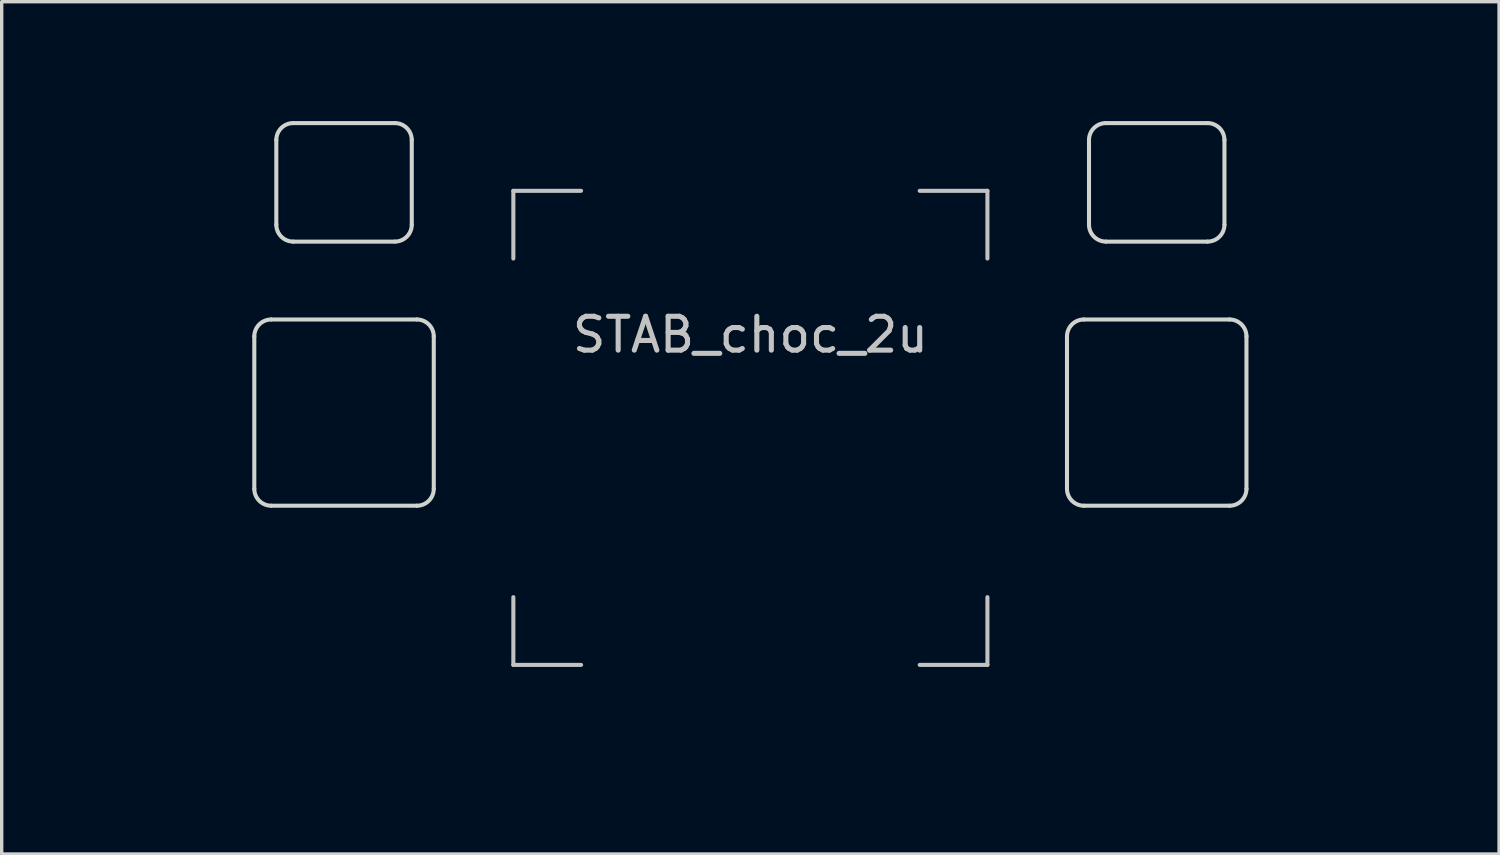
<source format=kicad_pcb>
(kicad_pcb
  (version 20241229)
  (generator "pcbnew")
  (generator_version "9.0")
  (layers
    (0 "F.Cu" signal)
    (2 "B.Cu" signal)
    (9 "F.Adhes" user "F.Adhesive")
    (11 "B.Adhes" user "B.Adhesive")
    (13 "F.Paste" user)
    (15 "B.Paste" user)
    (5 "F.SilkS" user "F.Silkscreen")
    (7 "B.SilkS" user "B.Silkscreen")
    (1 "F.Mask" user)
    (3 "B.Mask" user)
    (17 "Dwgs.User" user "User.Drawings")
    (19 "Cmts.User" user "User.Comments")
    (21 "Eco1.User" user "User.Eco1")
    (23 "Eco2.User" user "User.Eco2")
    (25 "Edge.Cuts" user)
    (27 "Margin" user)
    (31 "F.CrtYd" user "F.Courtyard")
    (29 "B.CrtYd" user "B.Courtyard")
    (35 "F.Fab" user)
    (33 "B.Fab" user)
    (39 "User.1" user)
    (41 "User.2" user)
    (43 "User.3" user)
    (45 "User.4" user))
  (footprint "STAB_choc_2u"
    (layer "F.Cu")
    (at 19.11 9.585)
    (property "Reference" "STAB_choc_2u" (at 0 -2.75 180) (layer "Dwgs.User") (effects (font (size 1 1) (thickness 0.15))))
    (attr exclude_from_pos_files exclude_from_bom)
    (fp_line (start -7 -7) (end -7 -5) (stroke (width 0.12) (type solid)) (layer "Dwgs.User"))
    (fp_line (start -7 -7) (end -5 -7) (stroke (width 0.12) (type solid)) (layer "Dwgs.User"))
    (fp_line (start -7 7) (end -7 5) (stroke (width 0.12) (type solid)) (layer "Dwgs.User"))
    (fp_line (start -7 7) (end -5 7) (stroke (width 0.12) (type solid)) (layer "Dwgs.User"))
    (fp_line (start 7 -7) (end 5 -7) (stroke (width 0.12) (type solid)) (layer "Dwgs.User"))
    (fp_line (start 7 -7) (end 7 -5) (stroke (width 0.12) (type solid)) (layer "Dwgs.User"))
    (fp_line (start 7 5) (end 7 7) (stroke (width 0.12) (type solid)) (layer "Dwgs.User"))
    (fp_line (start 7 7) (end 5 7) (stroke (width 0.12) (type solid)) (layer "Dwgs.User"))
    (fp_line (start -19.05 -9.525) (end -19.05 9.525) (stroke (width 0.12) (type solid)) (layer "Eco1.User"))
    (fp_line (start -19.05 9.525) (end 19.05 9.525) (stroke (width 0.12) (type solid)) (layer "Eco1.User"))
    (fp_line (start 19.05 -9.525) (end -19.05 -9.525) (stroke (width 0.12) (type solid)) (layer "Eco1.User"))
    (fp_line (start 19.05 9.525) (end 19.05 -9.525) (stroke (width 0.12) (type solid)) (layer "Eco1.User"))
    (fp_line (start -14.65 1.8) (end -14.65 -2.7) (stroke (width 0.12) (type solid)) (layer "Edge.Cuts"))
    (fp_line (start -14.15 -3.2) (end -9.85 -3.2) (stroke (width 0.12) (type solid)) (layer "Edge.Cuts"))
    (fp_line (start -14.15 2.3) (end -9.85 2.3) (stroke (width 0.12) (type solid)) (layer "Edge.Cuts"))
    (fp_line (start -14 -6) (end -14 -8.5) (stroke (width 0.12) (type solid)) (layer "Edge.Cuts"))
    (fp_line (start -13.5 -9) (end -10.5 -9) (stroke (width 0.12) (type solid)) (layer "Edge.Cuts"))
    (fp_line (start -13.5 -5.5) (end -10.5 -5.5) (stroke (width 0.12) (type solid)) (layer "Edge.Cuts"))
    (fp_line (start -10 -6) (end -10 -8.5) (stroke (width 0.12) (type solid)) (layer "Edge.Cuts"))
    (fp_line (start -9.35 1.8) (end -9.35 -2.7) (stroke (width 0.12) (type solid)) (layer "Edge.Cuts"))
    (fp_line (start 9.35 1.8) (end 9.35 -2.7) (stroke (width 0.12) (type solid)) (layer "Edge.Cuts"))
    (fp_line (start 10 -6) (end 10 -8.5) (stroke (width 0.12) (type solid)) (layer "Edge.Cuts"))
    (fp_line (start 13.5 -9) (end 10.5 -9) (stroke (width 0.12) (type solid)) (layer "Edge.Cuts"))
    (fp_line (start 13.5 -5.5) (end 10.5 -5.5) (stroke (width 0.12) (type solid)) (layer "Edge.Cuts"))
    (fp_line (start 14 -6) (end 14 -8.5) (stroke (width 0.12) (type solid)) (layer "Edge.Cuts"))
    (fp_line (start 14.15 -3.2) (end 9.85 -3.2) (stroke (width 0.12) (type solid)) (layer "Edge.Cuts"))
    (fp_line (start 14.15 2.3) (end 9.85 2.3) (stroke (width 0.12) (type solid)) (layer "Edge.Cuts"))
    (fp_line (start 14.65 1.8) (end 14.65 -2.7) (stroke (width 0.12) (type solid)) (layer "Edge.Cuts"))
    (fp_arc (start -14.65 -2.7) (mid -14.503553 -3.053553) (end -14.15 -3.2) (stroke (width 0.12) (type solid)) (layer "Edge.Cuts"))
    (fp_arc (start -14.15 2.3) (mid -14.503553 2.153553) (end -14.65 1.8) (stroke (width 0.12) (type solid)) (layer "Edge.Cuts"))
    (fp_arc (start -14 -8.5) (mid -13.853553 -8.853553) (end -13.5 -9) (stroke (width 0.12) (type solid)) (layer "Edge.Cuts"))
    (fp_arc (start -13.5 -5.5) (mid -13.853553 -5.646447) (end -14 -6) (stroke (width 0.12) (type solid)) (layer "Edge.Cuts"))
    (fp_arc (start -10.5 -9) (mid -10.146447 -8.853553) (end -10 -8.5) (stroke (width 0.12) (type solid)) (layer "Edge.Cuts"))
    (fp_arc (start -10 -6) (mid -10.146447 -5.646447) (end -10.5 -5.5) (stroke (width 0.12) (type solid)) (layer "Edge.Cuts"))
    (fp_arc (start -9.85 -3.2) (mid -9.496447 -3.053553) (end -9.35 -2.7) (stroke (width 0.12) (type solid)) (layer "Edge.Cuts"))
    (fp_arc (start -9.35 1.8) (mid -9.496447 2.153553) (end -9.85 2.3) (stroke (width 0.12) (type solid)) (layer "Edge.Cuts"))
    (fp_arc (start 9.35 -2.7) (mid 9.496447 -3.053553) (end 9.85 -3.2) (stroke (width 0.12) (type solid)) (layer "Edge.Cuts"))
    (fp_arc (start 9.85 2.3) (mid 9.496447 2.153553) (end 9.35 1.8) (stroke (width 0.12) (type solid)) (layer "Edge.Cuts"))
    (fp_arc (start 10 -8.5) (mid 10.146447 -8.853553) (end 10.5 -9) (stroke (width 0.12) (type solid)) (layer "Edge.Cuts"))
    (fp_arc (start 10.5 -5.5) (mid 10.146447 -5.646447) (end 10 -6) (stroke (width 0.12) (type solid)) (layer "Edge.Cuts"))
    (fp_arc (start 13.5 -9) (mid 13.853553 -8.853553) (end 14 -8.5) (stroke (width 0.12) (type solid)) (layer "Edge.Cuts"))
    (fp_arc (start 14 -6) (mid 13.853553 -5.646447) (end 13.5 -5.5) (stroke (width 0.12) (type solid)) (layer "Edge.Cuts"))
    (fp_arc (start 14.15 -3.2) (mid 14.503553 -3.053553) (end 14.65 -2.7) (stroke (width 0.12) (type solid)) (layer "Edge.Cuts"))
    (fp_arc (start 14.65 1.8) (mid 14.503553 2.153553) (end 14.15 2.3) (stroke (width 0.12) (type solid)) (layer "Edge.Cuts")))
  (gr_rect
    (start -3 -3)
    (end 41.22 22.17)
    (stroke (width 0.1) (type default))
    (fill no)
    (layer "Edge.Cuts")))
</source>
